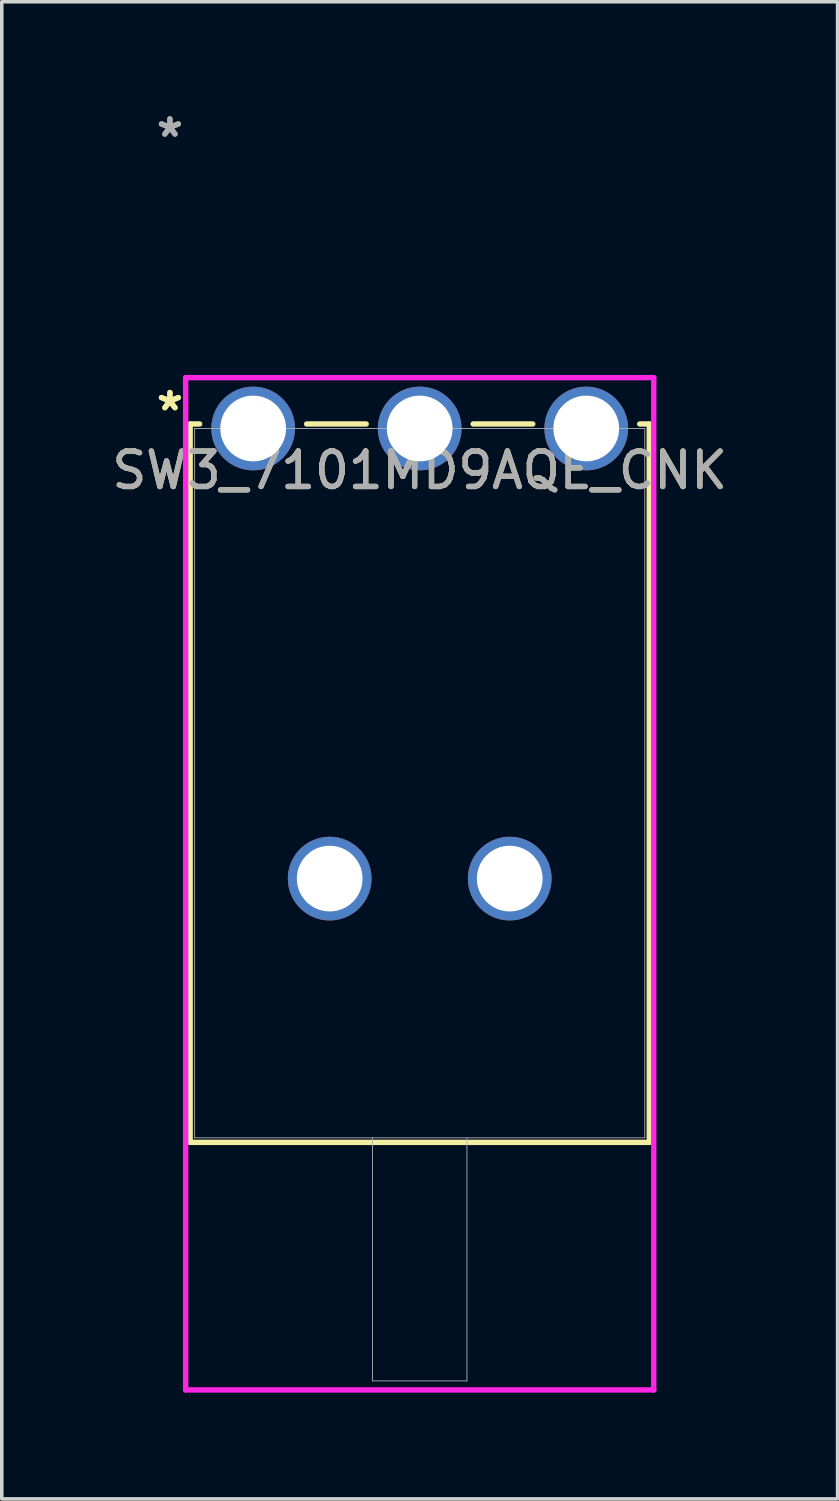
<source format=kicad_pcb>
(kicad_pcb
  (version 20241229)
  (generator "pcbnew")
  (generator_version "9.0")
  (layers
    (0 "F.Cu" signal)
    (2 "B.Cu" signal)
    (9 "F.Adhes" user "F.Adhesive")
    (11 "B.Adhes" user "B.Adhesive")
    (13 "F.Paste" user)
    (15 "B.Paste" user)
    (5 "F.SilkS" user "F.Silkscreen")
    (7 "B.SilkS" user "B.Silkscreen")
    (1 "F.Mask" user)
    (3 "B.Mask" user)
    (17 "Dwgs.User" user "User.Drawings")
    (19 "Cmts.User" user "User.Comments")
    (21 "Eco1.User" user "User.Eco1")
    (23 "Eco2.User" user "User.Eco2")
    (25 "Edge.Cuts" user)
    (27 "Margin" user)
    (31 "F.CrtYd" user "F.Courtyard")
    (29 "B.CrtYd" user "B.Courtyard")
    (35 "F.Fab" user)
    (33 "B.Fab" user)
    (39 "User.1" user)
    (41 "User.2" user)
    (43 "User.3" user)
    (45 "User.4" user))
  (footprint "SW3_7101MD9AQE_CNK"
    (layer "F.Cu")
    (at 4.093 9.04)
    (property "Reference" "SW3_7101MD9AQE_CNK" (at 4.699 1.181 0) (unlocked yes) (layer "F.SilkS") (effects (font (size 1 1) (thickness 0.15))))
    (attr through_hole)
    (fp_line (start -1.778 -0.127) (end -1.778 20.142) (stroke (width 0.152) (type solid)) (layer "F.SilkS"))
    (fp_line (start -1.778 20.142) (end 11.176 20.142) (stroke (width 0.152) (type solid)) (layer "F.SilkS"))
    (fp_line (start -1.509 -0.127) (end -1.778 -0.127) (stroke (width 0.152) (type solid)) (layer "F.SilkS"))
    (fp_line (start 3.19 -0.127) (end 1.509 -0.127) (stroke (width 0.152) (type solid)) (layer "F.SilkS"))
    (fp_line (start 7.889 -0.127) (end 6.208 -0.127) (stroke (width 0.152) (type solid)) (layer "F.SilkS"))
    (fp_line (start 11.176 -0.127) (end 10.907 -0.127) (stroke (width 0.152) (type solid)) (layer "F.SilkS"))
    (fp_line (start 11.176 20.142) (end 11.176 -0.127) (stroke (width 0.152) (type solid)) (layer "F.SilkS"))
    (fp_line (start -1.905 -1.435) (end -1.905 27.127) (stroke (width 0.152) (type solid)) (layer "F.CrtYd"))
    (fp_line (start -1.905 27.127) (end 11.303 27.127) (stroke (width 0.152) (type solid)) (layer "F.CrtYd"))
    (fp_line (start 11.303 -1.435) (end -1.905 -1.435) (stroke (width 0.152) (type solid)) (layer "F.CrtYd"))
    (fp_line (start 11.303 27.127) (end 11.303 -1.435) (stroke (width 0.152) (type solid)) (layer "F.CrtYd"))
    (fp_line (start -1.651 0) (end -1.651 20.015) (stroke (width 0.025) (type solid)) (layer "F.Fab"))
    (fp_line (start -1.651 20.015) (end 11.049 20.015) (stroke (width 0.025) (type solid)) (layer "F.Fab"))
    (fp_line (start 3.365 20.015) (end 3.365 26.873) (stroke (width 0.025) (type solid)) (layer "F.Fab"))
    (fp_line (start 3.365 26.873) (end 6.032 26.873) (stroke (width 0.025) (type solid)) (layer "F.Fab"))
    (fp_line (start 6.032 20.015) (end 6.032 26.873) (stroke (width 0.025) (type solid)) (layer "F.Fab"))
    (fp_line (start 11.049 0) (end -1.651 0) (stroke (width 0.025) (type solid)) (layer "F.Fab"))
    (fp_line (start 11.049 20.015) (end 11.049 0) (stroke (width 0.025) (type solid)) (layer "F.Fab"))
    (fp_text user "*" (at -2.349 -0.47 0) (unlocked yes) (layer "F.SilkS") (effects (font (size 1 1) (thickness 0.15))))
    (fp_text user "*" (at -2.349 -0.47 0) (layer "F.SilkS") (effects (font (size 1 1) (thickness 0.15))))
    (fp_text user "*" (at -2.349 -8.191 0) (layer "F.Fab") (effects (font (size 1 1) (thickness 0.15))))
    (fp_text user "*" (at -2.349 -8.191 0) (unlocked yes) (layer "F.Fab") (effects (font (size 1 1) (thickness 0.15))))
    (fp_text user "${REFERENCE}" (at 4.699 1.181 0) (unlocked yes) (layer "F.Fab") (effects (font (size 1 1) (thickness 0.15))))
    (pad "1" thru_hole circle (at 0 0) (size 2.362 2.362) (drill 1.854) (layers "*.Cu" "*.Mask"))
    (pad "2" thru_hole circle (at 4.699 0) (size 2.362 2.362) (drill 1.854) (layers "*.Cu" "*.Mask"))
    (pad "3" thru_hole circle (at 9.398 0) (size 2.362 2.362) (drill 1.854) (layers "*.Cu" "*.Mask"))
    (pad "4" thru_hole circle (at 2.159 12.7) (size 2.362 2.362) (drill 1.854) (layers "*.Cu" "*.Mask"))
    (pad "5" thru_hole circle (at 7.239 12.7) (size 2.362 2.362) (drill 1.854) (layers "*.Cu" "*.Mask")))
  (gr_rect
    (start -3 -3)
    (end 20.583 39.243)
    (stroke (width 0.1) (type default))
    (fill no)
    (layer "Edge.Cuts")))
</source>
